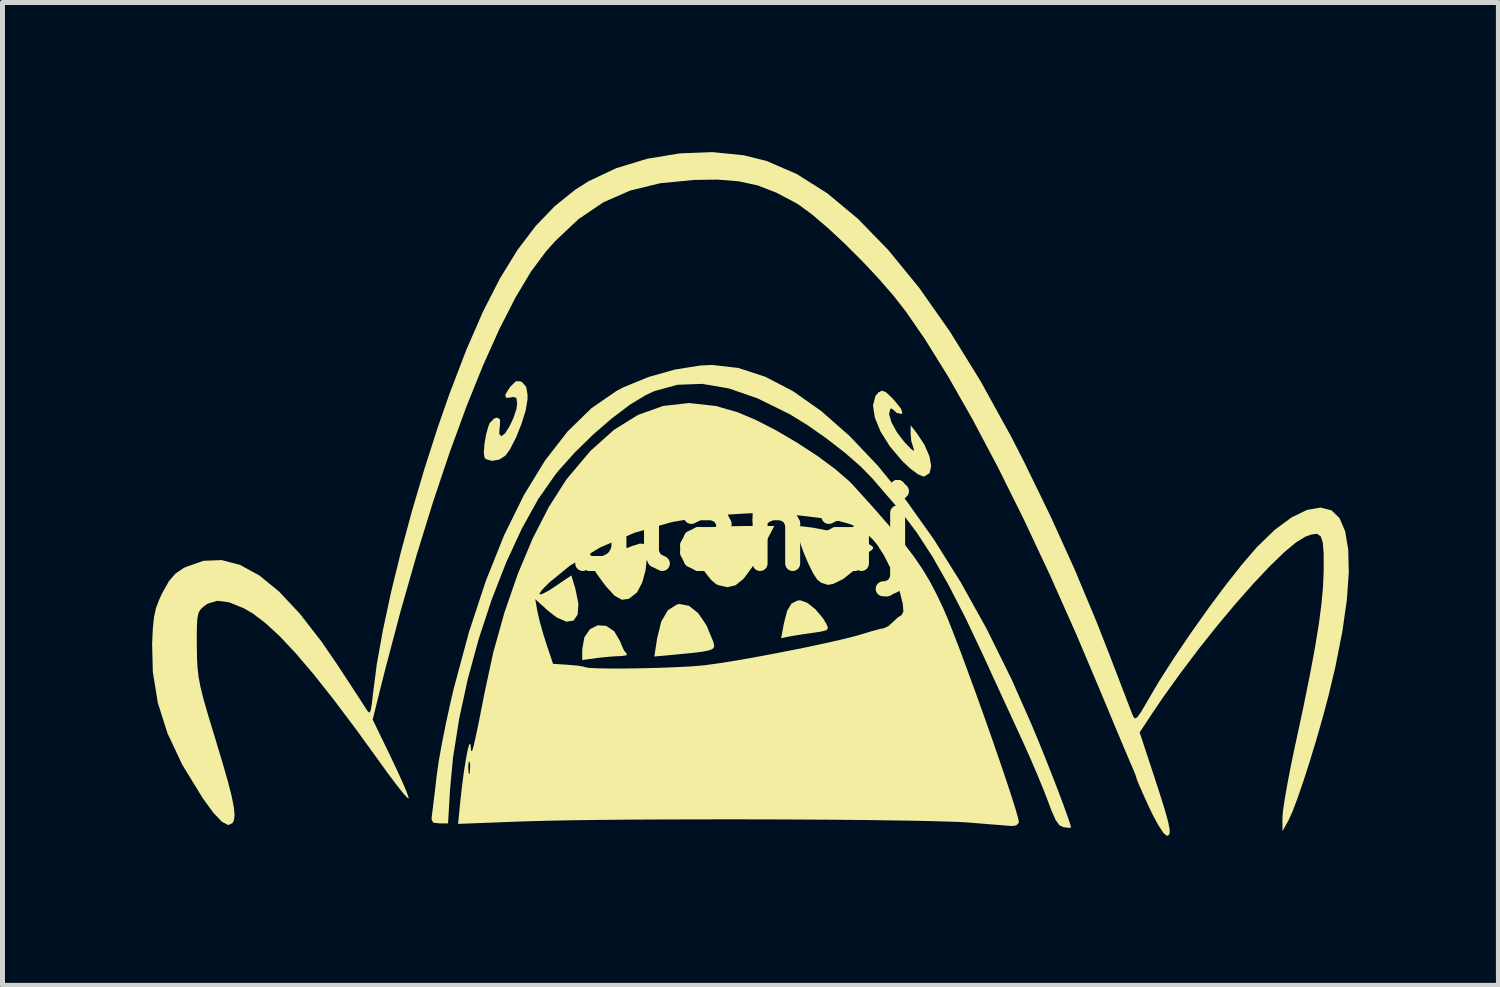
<source format=kicad_pcb>
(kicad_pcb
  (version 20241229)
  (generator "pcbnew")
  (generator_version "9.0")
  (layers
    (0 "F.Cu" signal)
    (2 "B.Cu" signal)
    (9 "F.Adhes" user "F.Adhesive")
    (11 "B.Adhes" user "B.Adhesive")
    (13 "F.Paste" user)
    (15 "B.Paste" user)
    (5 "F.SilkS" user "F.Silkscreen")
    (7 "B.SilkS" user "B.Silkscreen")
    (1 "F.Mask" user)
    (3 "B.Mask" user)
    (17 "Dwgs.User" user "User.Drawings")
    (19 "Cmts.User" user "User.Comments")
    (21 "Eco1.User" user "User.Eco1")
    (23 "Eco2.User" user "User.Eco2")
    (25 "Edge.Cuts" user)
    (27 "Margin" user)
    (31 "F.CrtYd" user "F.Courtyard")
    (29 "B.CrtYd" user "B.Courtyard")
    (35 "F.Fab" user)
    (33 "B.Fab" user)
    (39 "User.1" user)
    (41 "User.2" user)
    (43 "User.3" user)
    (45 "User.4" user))
  (footprint "blahaj"
    (layer "F.Cu")
    (at 11.79 7.558)
    (property "Reference" "blahaj" (at 0 0 0) (layer "F.SilkS") (effects (font (size 1.524 1.524) (thickness 0.3))))
    (attr board_only exclude_from_pos_files exclude_from_bom)
    (fp_poly (pts (xy -2.685 1.941) (xy -2.525 2.049) (xy -2.404 2.255) (xy -2.39 2.298) (xy -2.329 2.433) (xy -2.274 2.499) (xy -2.278 2.53) (xy -2.379 2.545) (xy -2.398 2.545) (xy -2.583 2.555) (xy -2.81 2.577) (xy -2.879 2.586) (xy -3.167 2.625) (xy -3.167 2.413) (xy -3.124 2.168) (xy -3.011 2.005) (xy -2.855 1.928)) (stroke (width 0) (type solid)) (fill yes) (layer "F.SilkS"))
    (fp_poly (pts (xy -1.025 1.539) (xy -0.841 1.686) (xy -0.675 1.93) (xy -0.54 2.257) (xy -0.533 2.279) (xy -0.52 2.345) (xy -0.541 2.393) (xy -0.614 2.429) (xy -0.757 2.458) (xy -0.988 2.486) (xy -1.311 2.517) (xy -1.721 2.554) (xy -1.666 2.193) (xy -1.582 1.854) (xy -1.45 1.627) (xy -1.271 1.513) (xy -1.215 1.501)) (stroke (width 0) (type solid)) (fill yes) (layer "F.SilkS"))
    (fp_poly (pts (xy 1.346 1.478) (xy 1.508 1.608) (xy 1.659 1.786) (xy 1.729 1.902) (xy 1.76 1.98) (xy 1.732 2.026) (xy 1.622 2.055) (xy 1.48 2.076) (xy 1.257 2.108) (xy 1.058 2.14) (xy 0.992 2.152) (xy 0.821 2.186) (xy 0.876 1.892) (xy 0.941 1.64) (xy 1.027 1.493) (xy 1.149 1.433) (xy 1.207 1.428)) (stroke (width 0) (type solid)) (fill yes) (layer "F.SilkS"))
    (fp_poly (pts (xy 0.433 0.419) (xy 0.241 0.762) (xy 0.07 0.994) (xy -0.092 1.125) (xy -0.258 1.165) (xy -0.44 1.123) (xy -0.485 1.102) (xy -0.582 1.019) (xy -0.706 0.863) (xy -0.839 0.666) (xy -0.961 0.458) (xy -1.054 0.272) (xy -1.099 0.136) (xy -1.097 0.098) (xy -1.013 0.04) (xy -0.817 -0.006) (xy -0.52 -0.04) (xy -0.135 -0.058) (xy 0.139 -0.062) (xy 0.683 -0.062)) (stroke (width 0) (type solid)) (fill yes) (layer "F.SilkS"))
    (fp_poly (pts (xy -1.938 0.295) (xy -1.899 0.357) (xy -1.892 0.38) (xy -1.869 0.583) (xy -1.898 0.832) (xy -1.965 1.073) (xy -2.061 1.256) (xy -2.085 1.283) (xy -2.234 1.398) (xy -2.372 1.417) (xy -2.518 1.336) (xy -2.691 1.148) (xy -2.739 1.085) (xy -2.864 0.912) (xy -2.949 0.782) (xy -2.975 0.721) (xy -2.974 0.72) (xy -2.887 0.667) (xy -2.724 0.584) (xy -2.524 0.489) (xy -2.325 0.402) (xy -2.167 0.339) (xy -2.014 0.291)) (stroke (width 0) (type solid)) (fill yes) (layer "F.SilkS"))
    (fp_poly (pts (xy 1.447 -0.03) (xy 1.77 0.031) (xy 2.066 0.103) (xy 2.327 0.186) (xy 2.53 0.269) (xy 2.649 0.345) (xy 2.67 0.382) (xy 2.624 0.434) (xy 2.613 0.435) (xy 2.548 0.483) (xy 2.454 0.603) (xy 2.424 0.649) (xy 2.267 0.839) (xy 2.068 0.999) (xy 1.865 1.099) (xy 1.757 1.118) (xy 1.619 1.073) (xy 1.542 1.009) (xy 1.46 0.882) (xy 1.365 0.689) (xy 1.274 0.475) (xy 1.206 0.284) (xy 1.18 0.159) (xy 1.148 0.074) (xy 1.118 0.062) (xy 1.058 0.015) (xy 1.056 0) (xy 1.096 -0.046) (xy 1.222 -0.057)) (stroke (width 0) (type solid)) (fill yes) (layer "F.SilkS"))
    (fp_poly (pts (xy 2.917 -2.749) (xy 3.029 -2.646) (xy 3.092 -2.579) (xy 3.223 -2.417) (xy 3.253 -2.327) (xy 3.234 -2.31) (xy 3.135 -2.33) (xy 3.101 -2.366) (xy 3.036 -2.418) (xy 3.009 -2.409) (xy 2.985 -2.303) (xy 3.035 -2.136) (xy 3.147 -1.934) (xy 3.298 -1.739) (xy 3.416 -1.616) (xy 3.481 -1.565) (xy 3.482 -1.595) (xy 3.431 -1.763) (xy 3.417 -1.906) (xy 3.418 -2.08) (xy 3.54 -1.925) (xy 3.697 -1.686) (xy 3.795 -1.459) (xy 3.829 -1.264) (xy 3.798 -1.124) (xy 3.698 -1.058) (xy 3.667 -1.056) (xy 3.566 -1.098) (xy 3.415 -1.21) (xy 3.252 -1.362) (xy 3 -1.66) (xy 2.813 -1.958) (xy 2.699 -2.237) (xy 2.663 -2.48) (xy 2.711 -2.668) (xy 2.77 -2.738) (xy 2.84 -2.775)) (stroke (width 0) (type solid)) (fill yes) (layer "F.SilkS"))
    (fp_poly (pts (xy -4.367 -2.941) (xy -4.29 -2.852) (xy -4.263 -2.692) (xy -4.264 -2.6) (xy -4.3 -2.382) (xy -4.384 -2.111) (xy -4.495 -1.834) (xy -4.617 -1.597) (xy -4.704 -1.475) (xy -4.831 -1.393) (xy -4.982 -1.368) (xy -5.102 -1.405) (xy -5.125 -1.431) (xy -5.14 -1.534) (xy -5.127 -1.707) (xy -5.093 -1.904) (xy -5.044 -2.074) (xy -5.021 -2.127) (xy -4.933 -2.218) (xy -4.874 -2.236) (xy -4.815 -2.201) (xy -4.816 -2.082) (xy -4.822 -2.049) (xy -4.831 -1.908) (xy -4.791 -1.863) (xy -4.717 -1.916) (xy -4.63 -2.05) (xy -4.547 -2.225) (xy -4.488 -2.401) (xy -4.471 -2.517) (xy -4.488 -2.631) (xy -4.555 -2.65) (xy -4.596 -2.639) (xy -4.698 -2.632) (xy -4.707 -2.7) (xy -4.622 -2.837) (xy -4.599 -2.865) (xy -4.499 -2.962) (xy -4.411 -2.965)) (stroke (width 0) (type solid)) (fill yes) (layer "F.SilkS"))
    (fp_poly (pts (xy -0.036 -3.231) (xy 0.507 -3.053) (xy 1.062 -2.763) (xy 1.626 -2.366) (xy 2.194 -1.866) (xy 2.762 -1.268) (xy 3.325 -0.578) (xy 3.879 0.2) (xy 4.419 1.061) (xy 4.941 1.999) (xy 5.441 3.011) (xy 5.84 3.913) (xy 5.982 4.254) (xy 6.125 4.609) (xy 6.264 4.96) (xy 6.39 5.287) (xy 6.497 5.573) (xy 6.577 5.797) (xy 6.624 5.941) (xy 6.632 5.988) (xy 6.564 5.987) (xy 6.481 5.976) (xy 6.401 5.937) (xy 6.326 5.834) (xy 6.241 5.644) (xy 6.179 5.477) (xy 6.088 5.24) (xy 5.959 4.927) (xy 5.809 4.578) (xy 5.652 4.228) (xy 5.621 4.161) (xy 5.443 3.774) (xy 5.243 3.34) (xy 5.046 2.912) (xy 4.879 2.546) (xy 4.516 1.778) (xy 4.177 1.119) (xy 3.856 0.555) (xy 3.545 0.075) (xy 3.237 -0.333) (xy 3.125 -0.466) (xy 2.944 -0.674) (xy 2.761 -0.886) (xy 2.654 -1.011) (xy 2.416 -1.255) (xy 2.099 -1.531) (xy 1.736 -1.813) (xy 1.359 -2.078) (xy 0.999 -2.3) (xy 0.978 -2.311) (xy 0.349 -2.621) (xy -0.229 -2.821) (xy -0.762 -2.912) (xy -1.256 -2.894) (xy -1.717 -2.768) (xy -1.894 -2.687) (xy -2.211 -2.494) (xy -2.571 -2.222) (xy -2.947 -1.897) (xy -3.311 -1.541) (xy -3.637 -1.178) (xy -3.707 -1.092) (xy -4.049 -0.602) (xy -4.379 -0.008) (xy -4.692 0.67) (xy -4.981 1.41) (xy -5.239 2.192) (xy -5.459 2.996) (xy -5.634 3.801) (xy -5.758 4.586) (xy -5.818 5.232) (xy -5.857 5.9) (xy -6.032 5.9) (xy -6.155 5.885) (xy -6.189 5.816) (xy -6.18 5.729) (xy -6.162 5.594) (xy -6.135 5.373) (xy -6.103 5.101) (xy -6.084 4.937) (xy -6.046 4.665) (xy -5.982 4.308) (xy -5.901 3.901) (xy -5.809 3.48) (xy -5.743 3.197) (xy -5.439 2.069) (xy -5.102 1.045) (xy -4.735 0.128) (xy -4.337 -0.68) (xy -3.912 -1.376) (xy -3.46 -1.958) (xy -2.982 -2.424) (xy -2.48 -2.77) (xy -2.335 -2.846) (xy -1.834 -3.051) (xy -1.308 -3.199) (xy -0.802 -3.28) (xy -0.561 -3.291)) (stroke (width 0) (type solid)) (fill yes) (layer "F.SilkS"))
    (fp_poly (pts (xy -0.491 -2.469) (xy -0.047 -2.341) (xy 0.318 -2.186) (xy 0.725 -1.977) (xy 1.145 -1.73) (xy 1.548 -1.467) (xy 1.905 -1.203) (xy 2.187 -0.96) (xy 2.267 -0.877) (xy 2.669 -0.432) (xy 2.996 -0.058) (xy 3.261 0.26) (xy 3.476 0.541) (xy 3.654 0.801) (xy 3.807 1.056) (xy 3.947 1.325) (xy 4.074 1.593) (xy 4.163 1.801) (xy 4.277 2.09) (xy 4.413 2.444) (xy 4.562 2.847) (xy 4.721 3.281) (xy 4.882 3.73) (xy 5.04 4.178) (xy 5.188 4.606) (xy 5.322 5) (xy 5.435 5.342) (xy 5.521 5.615) (xy 5.574 5.802) (xy 5.589 5.882) (xy 5.537 5.941) (xy 5.45 5.953) (xy 5.333 5.944) (xy 5.124 5.927) (xy 4.854 5.906) (xy 4.596 5.884) (xy 4.372 5.871) (xy 4.039 5.86) (xy 3.61 5.849) (xy 3.099 5.841) (xy 2.52 5.833) (xy 1.887 5.827) (xy 1.215 5.823) (xy 0.517 5.82) (xy -0.193 5.819) (xy -0.899 5.82) (xy -1.589 5.822) (xy -2.249 5.825) (xy -2.863 5.831) (xy -3.418 5.838) (xy -3.9 5.848) (xy -4.295 5.859) (xy -4.365 5.861) (xy -5.656 5.91) (xy -5.614 5.486) (xy -5.579 5.169) (xy -5.541 4.877) (xy -5.526 4.782) (xy -5.451 4.782) (xy -5.444 4.895) (xy -5.428 4.908) (xy -5.422 4.891) (xy -5.413 4.733) (xy -5.422 4.673) (xy -5.44 4.654) (xy -5.45 4.74) (xy -5.451 4.782) (xy -5.526 4.782) (xy -5.501 4.626) (xy -5.465 4.435) (xy -5.434 4.32) (xy -5.412 4.299) (xy -5.404 4.347) (xy -5.394 4.445) (xy -5.376 4.451) (xy -5.346 4.355) (xy -5.302 4.161) (xy -5.243 3.881) (xy -5.178 3.556) (xy -5.127 3.291) (xy -4.95 2.47) (xy -4.724 1.665) (xy -4.634 1.405) (xy -4.109 1.405) (xy -4.066 1.649) (xy -4.022 1.84) (xy -3.953 2.088) (xy -3.887 2.298) (xy -3.752 2.701) (xy -3.445 2.721) (xy -3.263 2.737) (xy -3.14 2.757) (xy -3.112 2.767) (xy -3.036 2.782) (xy -2.86 2.791) (xy -2.606 2.795) (xy -2.298 2.795) (xy -1.959 2.79) (xy -1.612 2.781) (xy -1.28 2.768) (xy -0.988 2.753) (xy -0.757 2.734) (xy -0.725 2.731) (xy -0.426 2.69) (xy -0.051 2.63) (xy 0.375 2.554) (xy 0.825 2.469) (xy 1.272 2.38) (xy 1.69 2.291) (xy 2.052 2.209) (xy 2.332 2.138) (xy 2.434 2.108) (xy 2.642 2.045) (xy 2.806 2.001) (xy 2.882 1.987) (xy 2.974 1.944) (xy 3.053 1.871) (xy 3.162 1.769) (xy 3.233 1.727) (xy 3.272 1.655) (xy 3.26 1.498) (xy 3.206 1.282) (xy 3.119 1.032) (xy 3.007 0.771) (xy 2.882 0.525) (xy 2.751 0.319) (xy 2.662 0.211) (xy 2.519 0.077) (xy 2.37 -0.026) (xy 2.194 -0.104) (xy 1.967 -0.165) (xy 1.668 -0.215) (xy 1.274 -0.263) (xy 1.141 -0.278) (xy 0.28 -0.322) (xy -0.56 -0.275) (xy -1.364 -0.143) (xy -2.117 0.073) (xy -2.807 0.367) (xy -3.419 0.737) (xy -3.835 1.077) (xy -3.981 1.227) (xy -4.029 1.304) (xy -3.981 1.307) (xy -3.841 1.234) (xy -3.711 1.149) (xy -3.385 0.929) (xy -3.305 1.194) (xy -3.243 1.497) (xy -3.258 1.712) (xy -3.341 1.834) (xy -3.484 1.856) (xy -3.68 1.771) (xy -3.851 1.638) (xy -4.109 1.405) (xy -4.634 1.405) (xy -4.458 0.898) (xy -4.161 0.19) (xy -3.839 -0.439) (xy -3.503 -0.967) (xy -3.46 -1.025) (xy -3.001 -1.569) (xy -2.531 -1.99) (xy -2.049 -2.289) (xy -1.55 -2.468) (xy -1.031 -2.528)) (stroke (width 0) (type solid)) (fill yes) (layer "F.SilkS"))
    (fp_poly (pts (xy 0.066 -7.496) (xy 0.528 -7.381) (xy 1.136 -7.118) (xy 1.747 -6.732) (xy 2.36 -6.222) (xy 2.974 -5.59) (xy 3.589 -4.837) (xy 4.204 -3.962) (xy 4.82 -2.966) (xy 5.435 -1.85) (xy 5.695 -1.342) (xy 6.226 -0.25) (xy 6.7 0.795) (xy 7.138 1.842) (xy 7.414 2.546) (xy 7.549 2.897) (xy 7.67 3.214) (xy 7.771 3.476) (xy 7.843 3.663) (xy 7.878 3.752) (xy 7.912 3.798) (xy 7.961 3.773) (xy 8.039 3.664) (xy 8.15 3.473) (xy 8.399 3.05) (xy 8.701 2.578) (xy 9.037 2.082) (xy 9.388 1.587) (xy 9.735 1.121) (xy 10.061 0.709) (xy 10.346 0.377) (xy 10.366 0.355) (xy 10.718 0.014) (xy 11.054 -0.234) (xy 11.363 -0.384) (xy 11.635 -0.432) (xy 11.853 -0.377) (xy 12.016 -0.221) (xy 12.129 0.043) (xy 12.191 0.409) (xy 12.202 0.869) (xy 12.163 1.419) (xy 12.073 2.052) (xy 11.933 2.762) (xy 11.792 3.354) (xy 11.68 3.773) (xy 11.556 4.208) (xy 11.426 4.636) (xy 11.298 5.035) (xy 11.179 5.383) (xy 11.076 5.656) (xy 10.997 5.832) (xy 10.994 5.838) (xy 10.873 6.055) (xy 10.871 5.788) (xy 10.883 5.646) (xy 10.919 5.406) (xy 10.974 5.092) (xy 11.045 4.726) (xy 11.127 4.332) (xy 11.142 4.267) (xy 11.299 3.532) (xy 11.426 2.903) (xy 11.526 2.365) (xy 11.601 1.905) (xy 11.653 1.508) (xy 11.685 1.161) (xy 11.698 0.848) (xy 11.699 0.827) (xy 11.698 0.495) (xy 11.681 0.272) (xy 11.639 0.144) (xy 11.564 0.094) (xy 11.448 0.109) (xy 11.329 0.153) (xy 11.144 0.266) (xy 10.901 0.47) (xy 10.611 0.751) (xy 10.284 1.098) (xy 9.931 1.498) (xy 9.562 1.939) (xy 9.19 2.407) (xy 8.824 2.892) (xy 8.475 3.378) (xy 8.237 3.73) (xy 8.009 4.076) (xy 8.284 4.91) (xy 8.42 5.328) (xy 8.518 5.642) (xy 8.58 5.867) (xy 8.61 6.016) (xy 8.61 6.103) (xy 8.583 6.142) (xy 8.553 6.148) (xy 8.488 6.094) (xy 8.389 5.946) (xy 8.269 5.724) (xy 8.207 5.594) (xy 8.097 5.355) (xy 8.011 5.16) (xy 7.959 5.035) (xy 7.949 5.003) (xy 7.926 4.93) (xy 7.867 4.785) (xy 7.831 4.704) (xy 7.77 4.56) (xy 7.671 4.327) (xy 7.545 4.027) (xy 7.403 3.686) (xy 7.278 3.385) (xy 6.744 2.121) (xy 6.211 0.923) (xy 5.684 -0.2) (xy 5.166 -1.242) (xy 4.662 -2.194) (xy 4.176 -3.048) (xy 3.711 -3.797) (xy 3.322 -4.362) (xy 3.077 -4.676) (xy 2.777 -5.021) (xy 2.444 -5.376) (xy 2.099 -5.72) (xy 1.761 -6.035) (xy 1.452 -6.299) (xy 1.192 -6.492) (xy 1.118 -6.538) (xy 0.722 -6.747) (xy 0.352 -6.89) (xy -0.028 -6.973) (xy -0.456 -7.007) (xy -0.922 -7.001) (xy -1.606 -6.934) (xy -2.207 -6.787) (xy -2.745 -6.551) (xy -3.24 -6.216) (xy -3.711 -5.772) (xy -3.895 -5.565) (xy -4.194 -5.163) (xy -4.504 -4.645) (xy -4.825 -4.017) (xy -5.153 -3.288) (xy -5.486 -2.463) (xy -5.82 -1.551) (xy -6.154 -0.557) (xy -6.484 0.51) (xy -6.808 1.643) (xy -7.123 2.837) (xy -7.222 3.229) (xy -7.368 3.819) (xy -7.007 4.565) (xy -6.873 4.848) (xy -6.761 5.095) (xy -6.682 5.283) (xy -6.646 5.389) (xy -6.645 5.398) (xy -6.679 5.382) (xy -6.77 5.279) (xy -6.908 5.104) (xy -7.081 4.873) (xy -7.172 4.746) (xy -7.686 4.035) (xy -8.144 3.426) (xy -8.55 2.913) (xy -8.911 2.489) (xy -9.232 2.148) (xy -9.518 1.884) (xy -9.774 1.69) (xy -9.95 1.588) (xy -10.249 1.467) (xy -10.485 1.437) (xy -10.679 1.496) (xy -10.752 1.547) (xy -10.817 1.607) (xy -10.859 1.679) (xy -10.883 1.789) (xy -10.893 1.961) (xy -10.895 2.224) (xy -10.894 2.339) (xy -10.89 2.578) (xy -10.88 2.779) (xy -10.858 2.969) (xy -10.819 3.171) (xy -10.759 3.412) (xy -10.672 3.715) (xy -10.553 4.108) (xy -10.527 4.192) (xy -10.38 4.679) (xy -10.27 5.063) (xy -10.195 5.356) (xy -10.152 5.573) (xy -10.137 5.727) (xy -10.149 5.832) (xy -10.175 5.89) (xy -10.263 5.935) (xy -10.392 5.867) (xy -10.565 5.684) (xy -10.779 5.389) (xy -11.184 4.727) (xy -11.481 4.097) (xy -11.676 3.483) (xy -11.776 2.865) (xy -11.79 2.304) (xy -11.776 1.99) (xy -11.752 1.762) (xy -11.712 1.582) (xy -11.648 1.412) (xy -11.582 1.273) (xy -11.453 1.044) (xy -11.325 0.894) (xy -11.162 0.783) (xy -11.119 0.761) (xy -10.761 0.636) (xy -10.398 0.621) (xy -10.026 0.718) (xy -9.642 0.928) (xy -9.244 1.253) (xy -8.829 1.695) (xy -8.394 2.256) (xy -8.094 2.693) (xy -7.902 2.985) (xy -7.731 3.247) (xy -7.593 3.459) (xy -7.502 3.6) (xy -7.476 3.642) (xy -7.439 3.681) (xy -7.41 3.643) (xy -7.386 3.512) (xy -7.361 3.291) (xy -7.285 2.705) (xy -7.163 2.026) (xy -7.002 1.275) (xy -6.806 0.473) (xy -6.581 -0.36) (xy -6.332 -1.203) (xy -6.065 -2.035) (xy -5.83 -2.707) (xy -5.491 -3.593) (xy -5.155 -4.363) (xy -4.815 -5.028) (xy -4.466 -5.595) (xy -4.103 -6.074) (xy -3.72 -6.473) (xy -3.31 -6.802) (xy -3.042 -6.973) (xy -2.484 -7.237) (xy -1.864 -7.425) (xy -1.212 -7.533) (xy -0.559 -7.558)) (stroke (width 0) (type solid)) (fill yes) (layer "F.SilkS")))
  (gr_rect
    (start -3 -3)
    (end 26.992 16.706)
    (stroke (width 0.1) (type default))
    (fill no)
    (layer "Edge.Cuts")))
</source>
